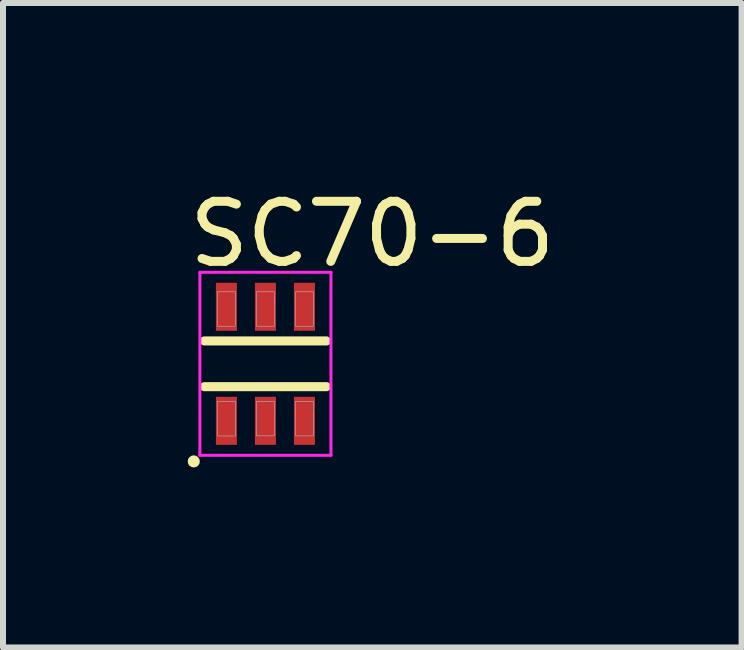
<source format=kicad_pcb>
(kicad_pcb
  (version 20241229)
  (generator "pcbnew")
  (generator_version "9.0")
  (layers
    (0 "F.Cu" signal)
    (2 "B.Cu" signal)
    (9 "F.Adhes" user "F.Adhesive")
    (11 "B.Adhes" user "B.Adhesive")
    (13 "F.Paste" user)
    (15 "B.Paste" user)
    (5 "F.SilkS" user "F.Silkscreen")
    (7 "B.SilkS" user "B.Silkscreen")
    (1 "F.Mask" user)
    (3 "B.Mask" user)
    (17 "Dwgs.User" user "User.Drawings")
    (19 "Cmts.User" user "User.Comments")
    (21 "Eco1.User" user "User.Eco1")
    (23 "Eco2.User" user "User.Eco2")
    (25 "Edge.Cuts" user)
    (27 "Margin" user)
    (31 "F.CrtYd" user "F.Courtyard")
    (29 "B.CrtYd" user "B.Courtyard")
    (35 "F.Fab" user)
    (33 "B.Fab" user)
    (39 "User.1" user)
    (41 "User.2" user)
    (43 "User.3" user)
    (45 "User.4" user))
  (footprint "SC70-6"
    (layer "F.Cu")
    (at 1.372 3.011)
    (property "Reference" "SC70-6" (at 1.78 -2.162 0) (layer "F.SilkS") (effects (font (size 1.001 1.001) (thickness 0.15))))
    (attr smd)
    (fp_poly (pts (xy -0.875 0.5) (xy -0.425 0.5) (xy -0.425 1.401) (xy -0.875 1.401)) (stroke (width 0.01) (type solid)) (fill yes) (layer "F.Mask"))
    (fp_poly (pts (xy -0.875 -1.4) (xy -0.425 -1.4) (xy -0.425 -0.5) (xy -0.875 -0.5)) (stroke (width 0.01) (type solid)) (fill yes) (layer "F.Mask"))
    (fp_poly (pts (xy -0.225 -1.4) (xy 0.225 -1.4) (xy 0.225 -0.501) (xy -0.225 -0.501)) (stroke (width 0.01) (type solid)) (fill yes) (layer "F.Mask"))
    (fp_poly (pts (xy -0.225 0.5) (xy 0.225 0.5) (xy 0.225 1.401) (xy -0.225 1.401)) (stroke (width 0.01) (type solid)) (fill yes) (layer "F.Mask"))
    (fp_poly (pts (xy 0.425 -1.4) (xy 0.875 -1.4) (xy 0.875 -0.5) (xy 0.425 -0.5)) (stroke (width 0.01) (type solid)) (fill yes) (layer "F.Mask"))
    (fp_poly (pts (xy 0.426 0.5) (xy 0.875 0.5) (xy 0.875 1.402) (xy 0.426 1.402)) (stroke (width 0.01) (type solid)) (fill yes) (layer "F.Mask"))
    (fp_line (start -1.016 -0.381) (end 1.016 -0.381) (stroke (width 0.152) (type solid)) (layer "F.SilkS"))
    (fp_line (start 1.016 0.381) (end -1.016 0.381) (stroke (width 0.152) (type solid)) (layer "F.SilkS"))
    (fp_circle (center -1.194 1.626) (end -1.143 1.626) (stroke (width 0.1) (type default)) (fill no) (layer "F.SilkS"))
    (fp_poly (pts (xy -0.802 -1.325) (xy -0.5 -1.325) (xy -0.5 -0.576) (xy -0.802 -0.576)) (stroke (width 0.01) (type solid)) (fill yes) (layer "F.Paste"))
    (fp_poly (pts (xy -0.801 0.575) (xy -0.5 0.575) (xy -0.5 1.326) (xy -0.801 1.326)) (stroke (width 0.01) (type solid)) (fill yes) (layer "F.Paste"))
    (fp_poly (pts (xy -0.15 0.575) (xy 0.15 0.575) (xy 0.15 1.326) (xy -0.15 1.326)) (stroke (width 0.01) (type solid)) (fill yes) (layer "F.Paste"))
    (fp_poly (pts (xy -0.15 -1.325) (xy 0.15 -1.325) (xy 0.15 -0.575) (xy -0.15 -0.575)) (stroke (width 0.01) (type solid)) (fill yes) (layer "F.Paste"))
    (fp_poly (pts (xy 0.5 -1.325) (xy 0.8 -1.325) (xy 0.8 -0.575) (xy 0.5 -0.575)) (stroke (width 0.01) (type solid)) (fill yes) (layer "F.Paste"))
    (fp_poly (pts (xy 0.5 0.575) (xy 0.8 0.575) (xy 0.8 1.326) (xy 0.5 1.326)) (stroke (width 0.01) (type solid)) (fill yes) (layer "F.Paste"))
    (fp_line (start -1.092 -1.524) (end 1.092 -1.524) (stroke (width 0.05) (type default)) (layer "F.CrtYd"))
    (fp_line (start -1.092 1.524) (end -1.092 -1.524) (stroke (width 0.05) (type default)) (layer "F.CrtYd"))
    (fp_line (start 1.092 -1.524) (end 1.092 1.524) (stroke (width 0.05) (type default)) (layer "F.CrtYd"))
    (fp_line (start 1.092 1.524) (end -1.092 1.524) (stroke (width 0.05) (type default)) (layer "F.CrtYd"))
    (fp_poly (pts (xy -0.801 0.625) (xy -0.5 0.625) (xy -0.5 1.202) (xy -0.801 1.202)) (stroke (width 0.01) (type solid)) (fill no) (layer "F.Fab"))
    (fp_poly (pts (xy -0.801 -1.2) (xy -0.5 -1.2) (xy -0.5 -0.626) (xy -0.801 -0.626)) (stroke (width 0.01) (type solid)) (fill no) (layer "F.Fab"))
    (fp_poly (pts (xy -0.15 -1.2) (xy 0.15 -1.2) (xy 0.15 -0.626) (xy -0.15 -0.626)) (stroke (width 0.01) (type solid)) (fill no) (layer "F.Fab"))
    (fp_poly (pts (xy -0.15 0.625) (xy 0.15 0.625) (xy 0.15 1.2) (xy -0.15 1.2)) (stroke (width 0.01) (type solid)) (fill no) (layer "F.Fab"))
    (fp_poly (pts (xy 0.5 0.625) (xy 0.8 0.625) (xy 0.8 1.201) (xy 0.5 1.201)) (stroke (width 0.01) (type solid)) (fill no) (layer "F.Fab"))
    (fp_poly (pts (xy 0.501 -1.2) (xy 0.8 -1.2) (xy 0.8 -0.626) (xy 0.501 -0.626)) (stroke (width 0.01) (type solid)) (fill no) (layer "F.Fab"))
    (pad "1" smd rect (at -0.65 0.95) (size 0.35 0.8) (layers "F.Cu"))
    (pad "2" smd rect (at 0 0.95) (size 0.35 0.8) (layers "F.Cu"))
    (pad "3" smd rect (at 0.65 0.95) (size 0.35 0.8) (layers "F.Cu"))
    (pad "4" smd rect (at 0.65 -0.95) (size 0.35 0.8) (layers "F.Cu"))
    (pad "5" smd rect (at 0 -0.95) (size 0.35 0.8) (layers "F.Cu"))
    (pad "6" smd rect (at -0.65 -0.95) (size 0.35 0.8) (layers "F.Cu")))
  (gr_rect
    (start -3 -3)
    (end 9.305 7.737)
    (stroke (width 0.1) (type default))
    (fill no)
    (layer "Edge.Cuts")))
</source>
